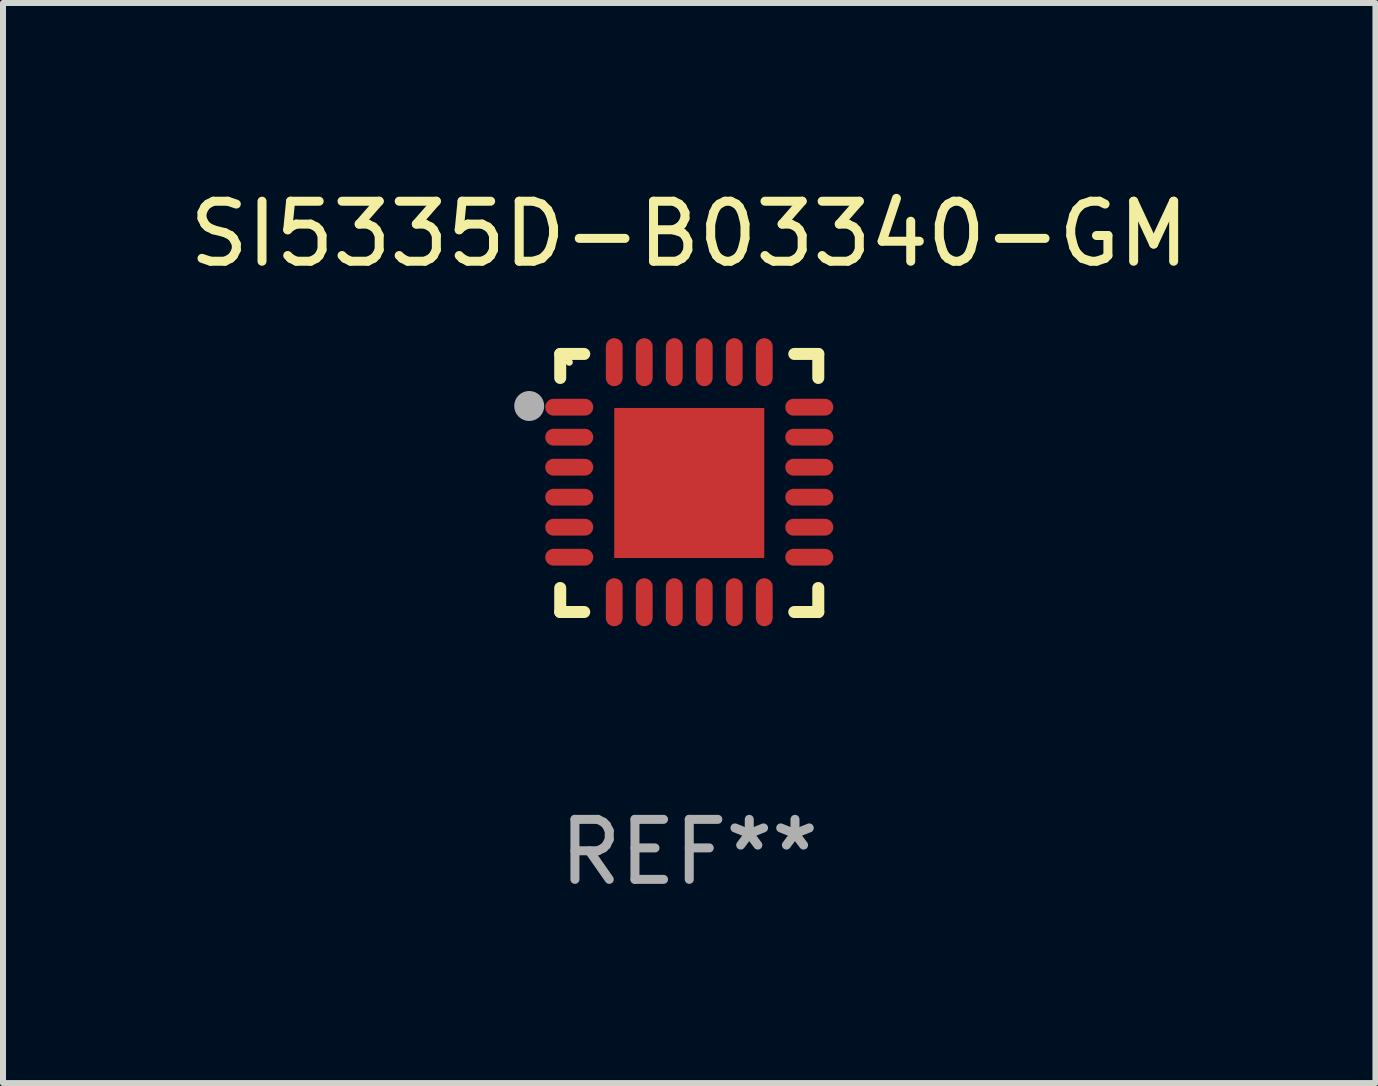
<source format=kicad_pcb>
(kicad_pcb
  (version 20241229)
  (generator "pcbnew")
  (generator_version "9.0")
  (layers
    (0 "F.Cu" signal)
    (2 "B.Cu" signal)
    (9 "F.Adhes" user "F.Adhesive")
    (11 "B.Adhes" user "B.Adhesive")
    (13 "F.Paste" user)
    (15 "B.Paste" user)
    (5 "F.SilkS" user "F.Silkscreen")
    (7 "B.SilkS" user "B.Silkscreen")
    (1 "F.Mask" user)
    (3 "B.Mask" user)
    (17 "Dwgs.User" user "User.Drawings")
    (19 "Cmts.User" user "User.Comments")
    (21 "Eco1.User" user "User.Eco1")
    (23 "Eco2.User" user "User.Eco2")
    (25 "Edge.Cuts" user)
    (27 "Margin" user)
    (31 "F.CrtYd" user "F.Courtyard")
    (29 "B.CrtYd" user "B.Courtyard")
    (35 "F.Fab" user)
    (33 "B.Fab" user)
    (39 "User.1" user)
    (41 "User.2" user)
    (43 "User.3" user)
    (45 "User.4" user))
  (footprint "SI5335D-B03340-GM"
    (layer "F.Cu")
    (at 8.435 4.998)
    (property "Reference" "SI5335D-B03340-GM" (at 0 -4.15 0) (layer "F.SilkS") (effects (font (size 1 1) (thickness 0.15))))
    (attr through_hole)
    (fp_line (start -2.15 -2.15) (end -1.75 -2.15) (stroke (width 0.2) (type solid)) (layer "F.SilkS"))
    (fp_line (start -2.15 -1.75) (end -2.15 -2.15) (stroke (width 0.2) (type solid)) (layer "F.SilkS"))
    (fp_line (start -2.15 2.15) (end -2.15 1.75) (stroke (width 0.2) (type solid)) (layer "F.SilkS"))
    (fp_line (start -1.75 2.15) (end -2.15 2.15) (stroke (width 0.2) (type solid)) (layer "F.SilkS"))
    (fp_line (start 1.75 -2.15) (end 2.15 -2.15) (stroke (width 0.2) (type solid)) (layer "F.SilkS"))
    (fp_line (start 1.75 2.15) (end 2.15 2.15) (stroke (width 0.2) (type solid)) (layer "F.SilkS"))
    (fp_line (start 2.15 -2.15) (end 2.15 -1.75) (stroke (width 0.2) (type solid)) (layer "F.SilkS"))
    (fp_line (start 2.15 2.15) (end 2.15 1.75) (stroke (width 0.2) (type solid)) (layer "F.SilkS"))
    (fp_circle (center -2 -2.013) (end -1.97 -2.013) (stroke (width 0.06) (type solid)) (fill no) (layer "F.SilkS"))
    (fp_circle (center -2.667 -1.283) (end -2.542 -1.283) (stroke (width 0.25) (type solid)) (fill no) (layer "F.Fab"))
    (fp_text user "REF**" (at 0 6.15 0) (layer "F.Fab") (effects (font (size 1 1) (thickness 0.15))))
    (pad "1" smd oval (at -2 -1.263) (size 0.8 0.28) (layers "F.Cu" "F.Mask" "F.Paste"))
    (pad "2" smd oval (at -2 -0.763) (size 0.8 0.28) (layers "F.Cu" "F.Mask" "F.Paste"))
    (pad "3" smd oval (at -2 -0.263) (size 0.8 0.28) (layers "F.Cu" "F.Mask" "F.Paste"))
    (pad "4" smd oval (at -2 0.237) (size 0.8 0.28) (layers "F.Cu" "F.Mask" "F.Paste"))
    (pad "5" smd oval (at -2 0.737) (size 0.8 0.28) (layers "F.Cu" "F.Mask" "F.Paste"))
    (pad "6" smd oval (at -2 1.237) (size 0.8 0.28) (layers "F.Cu" "F.Mask" "F.Paste"))
    (pad "7" smd oval (at -1.25 1.987) (size 0.28 0.8) (layers "F.Cu" "F.Mask" "F.Paste"))
    (pad "8" smd oval (at -0.75 1.987) (size 0.28 0.8) (layers "F.Cu" "F.Mask" "F.Paste"))
    (pad "9" smd oval (at -0.25 1.987) (size 0.28 0.8) (layers "F.Cu" "F.Mask" "F.Paste"))
    (pad "10" smd oval (at 0.25 1.987) (size 0.28 0.8) (layers "F.Cu" "F.Mask" "F.Paste"))
    (pad "11" smd oval (at 0.75 1.987) (size 0.28 0.8) (layers "F.Cu" "F.Mask" "F.Paste"))
    (pad "12" smd oval (at 1.25 1.987) (size 0.28 0.8) (layers "F.Cu" "F.Mask" "F.Paste"))
    (pad "13" smd oval (at 2 1.237) (size 0.8 0.28) (layers "F.Cu" "F.Mask" "F.Paste"))
    (pad "14" smd oval (at 2 0.737) (size 0.8 0.28) (layers "F.Cu" "F.Mask" "F.Paste"))
    (pad "15" smd oval (at 2 0.237) (size 0.8 0.28) (layers "F.Cu" "F.Mask" "F.Paste"))
    (pad "16" smd oval (at 2 -0.263) (size 0.8 0.28) (layers "F.Cu" "F.Mask" "F.Paste"))
    (pad "17" smd oval (at 2 -0.763) (size 0.8 0.28) (layers "F.Cu" "F.Mask" "F.Paste"))
    (pad "18" smd oval (at 2 -1.263) (size 0.8 0.28) (layers "F.Cu" "F.Mask" "F.Paste"))
    (pad "19" smd oval (at 1.25 -2.013) (size 0.28 0.8) (layers "F.Cu" "F.Mask" "F.Paste"))
    (pad "20" smd oval (at 0.75 -2.013) (size 0.28 0.8) (layers "F.Cu" "F.Mask" "F.Paste"))
    (pad "21" smd oval (at 0.25 -2.013) (size 0.28 0.8) (layers "F.Cu" "F.Mask" "F.Paste"))
    (pad "22" smd oval (at -0.25 -2.013) (size 0.28 0.8) (layers "F.Cu" "F.Mask" "F.Paste"))
    (pad "23" smd oval (at -0.75 -2.013) (size 0.28 0.8) (layers "F.Cu" "F.Mask" "F.Paste"))
    (pad "24" smd oval (at -1.25 -2.013) (size 0.28 0.8) (layers "F.Cu" "F.Mask" "F.Paste"))
    (pad "25" smd rect (at -0.000127 -0.00014) (size 2.5 2.5) (layers "F.Cu" "F.Mask" "F.Paste")))
  (gr_rect
    (start -3 -3)
    (end 19.869 14.997)
    (stroke (width 0.1) (type default))
    (fill no)
    (layer "Edge.Cuts")))
</source>
